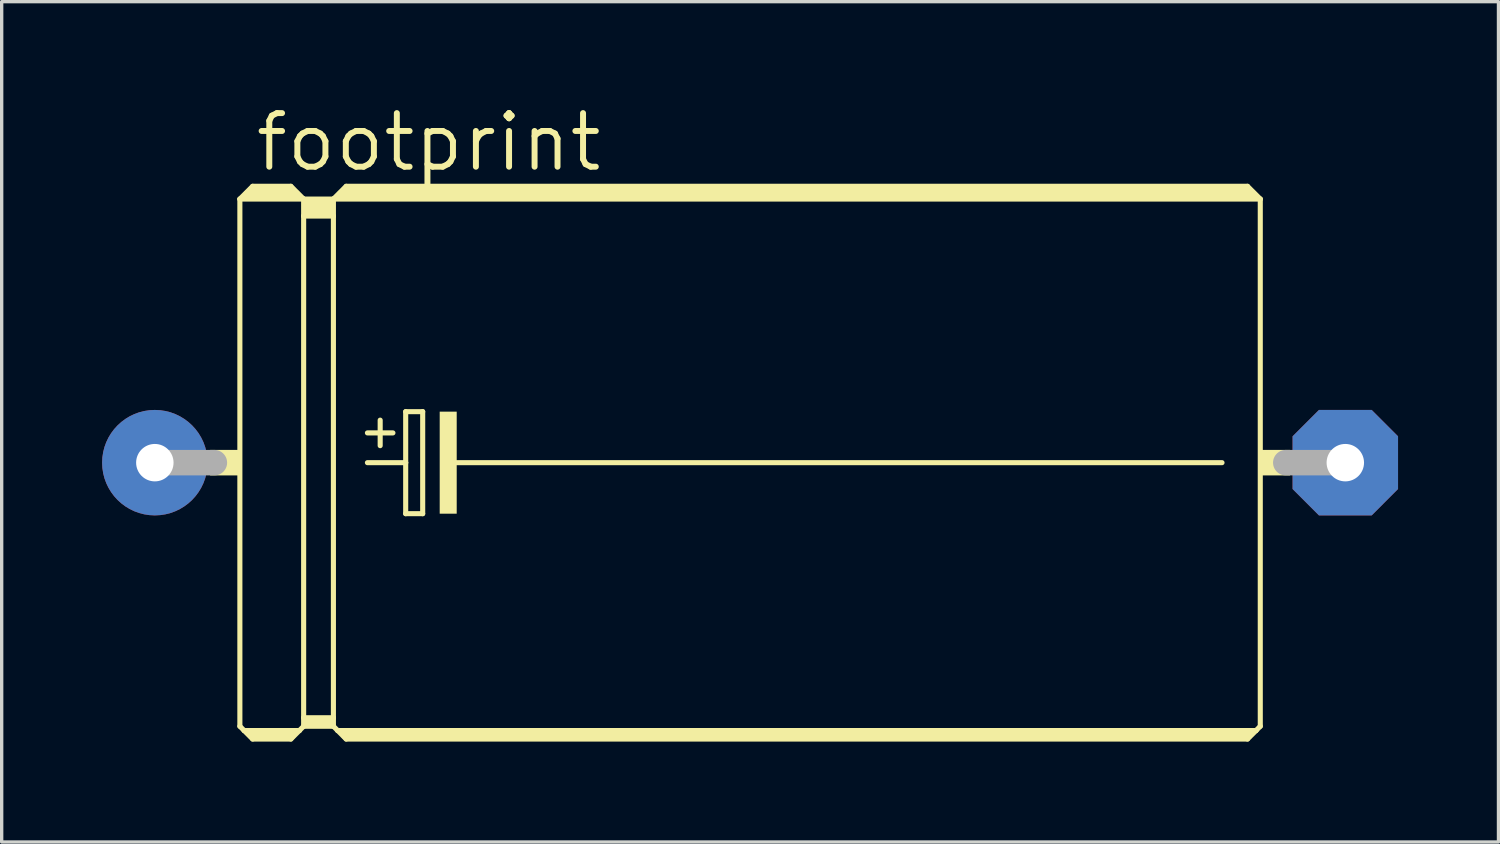
<source format=kicad_pcb>
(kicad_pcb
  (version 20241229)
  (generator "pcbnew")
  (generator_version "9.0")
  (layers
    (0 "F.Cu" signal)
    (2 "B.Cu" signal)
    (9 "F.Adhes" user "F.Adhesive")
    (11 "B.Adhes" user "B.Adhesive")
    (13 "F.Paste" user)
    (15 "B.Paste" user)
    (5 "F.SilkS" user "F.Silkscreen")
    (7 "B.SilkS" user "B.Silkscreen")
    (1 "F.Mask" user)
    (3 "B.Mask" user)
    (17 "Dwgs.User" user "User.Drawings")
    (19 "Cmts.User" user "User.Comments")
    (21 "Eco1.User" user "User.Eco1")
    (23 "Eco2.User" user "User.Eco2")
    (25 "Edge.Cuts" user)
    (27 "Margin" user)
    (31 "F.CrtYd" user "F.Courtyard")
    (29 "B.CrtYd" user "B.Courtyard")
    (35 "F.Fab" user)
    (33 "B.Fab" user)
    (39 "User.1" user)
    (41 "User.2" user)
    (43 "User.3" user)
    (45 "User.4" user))
  (footprint "footprint"
    (layer "F.Cu")
    (at 19.355 10.77)
    (property "Reference" "footprint" (at -14.859 -8.636 0) (layer "F.SilkS") (effects (font (size 1.6 1.6) (thickness 0.178)) (justify left bottom)))
    (fp_line (start -15.24 -7.874) (end -15.24 7.874) (stroke (width 0.152) (type solid)) (layer "F.SilkS"))
    (fp_line (start -15.24 -7.874) (end -14.859 -8.255) (stroke (width 0.152) (type solid)) (layer "F.SilkS"))
    (fp_line (start -15.24 -7.874) (end -13.335 -7.874) (stroke (width 0.152) (type solid)) (layer "F.SilkS"))
    (fp_line (start -15.24 7.874) (end -15.113 8.001) (stroke (width 0.152) (type solid)) (layer "F.SilkS"))
    (fp_line (start -15.113 8.001) (end -14.859 8.255) (stroke (width 0.152) (type solid)) (layer "F.SilkS"))
    (fp_line (start -15.113 8.001) (end -13.462 8.001) (stroke (width 0.152) (type solid)) (layer "F.SilkS"))
    (fp_line (start -14.986 -8.001) (end -13.589 -8.001) (stroke (width 0.305) (type solid)) (layer "F.SilkS"))
    (fp_line (start -14.859 -8.255) (end -13.716 -8.255) (stroke (width 0.152) (type solid)) (layer "F.SilkS"))
    (fp_line (start -14.859 -8.128) (end -13.716 -8.128) (stroke (width 0.305) (type solid)) (layer "F.SilkS"))
    (fp_line (start -14.859 8.128) (end -13.716 8.128) (stroke (width 0.305) (type solid)) (layer "F.SilkS"))
    (fp_line (start -14.859 8.255) (end -13.716 8.255) (stroke (width 0.152) (type solid)) (layer "F.SilkS"))
    (fp_line (start -13.462 8.001) (end -13.716 8.255) (stroke (width 0.152) (type solid)) (layer "F.SilkS"))
    (fp_line (start -13.335 -7.874) (end -13.716 -8.255) (stroke (width 0.152) (type solid)) (layer "F.SilkS"))
    (fp_line (start -13.335 -7.874) (end -13.335 -7.366) (stroke (width 0.152) (type solid)) (layer "F.SilkS"))
    (fp_line (start -13.335 -7.874) (end -12.446 -7.874) (stroke (width 0.152) (type solid)) (layer "F.SilkS"))
    (fp_line (start -13.335 -7.366) (end -13.335 7.62) (stroke (width 0.152) (type solid)) (layer "F.SilkS"))
    (fp_line (start -13.335 -7.366) (end -12.446 -7.366) (stroke (width 0.152) (type solid)) (layer "F.SilkS"))
    (fp_line (start -13.335 7.62) (end -13.335 7.874) (stroke (width 0.152) (type solid)) (layer "F.SilkS"))
    (fp_line (start -13.335 7.62) (end -12.446 7.62) (stroke (width 0.152) (type solid)) (layer "F.SilkS"))
    (fp_line (start -13.335 7.874) (end -13.462 8.001) (stroke (width 0.152) (type solid)) (layer "F.SilkS"))
    (fp_line (start -13.335 7.874) (end -12.446 7.874) (stroke (width 0.152) (type solid)) (layer "F.SilkS"))
    (fp_line (start -13.208 -7.747) (end -12.573 -7.747) (stroke (width 0.305) (type solid)) (layer "F.SilkS"))
    (fp_line (start -13.208 -7.493) (end -12.573 -7.493) (stroke (width 0.305) (type solid)) (layer "F.SilkS"))
    (fp_line (start -13.208 7.747) (end -12.573 7.747) (stroke (width 0.305) (type solid)) (layer "F.SilkS"))
    (fp_line (start -12.446 -7.874) (end -12.446 -7.366) (stroke (width 0.152) (type solid)) (layer "F.SilkS"))
    (fp_line (start -12.446 -7.874) (end -12.065 -8.255) (stroke (width 0.152) (type solid)) (layer "F.SilkS"))
    (fp_line (start -12.446 -7.874) (end 15.24 -7.874) (stroke (width 0.152) (type solid)) (layer "F.SilkS"))
    (fp_line (start -12.446 -7.366) (end -12.446 7.62) (stroke (width 0.152) (type solid)) (layer "F.SilkS"))
    (fp_line (start -12.446 7.62) (end -12.446 7.874) (stroke (width 0.152) (type solid)) (layer "F.SilkS"))
    (fp_line (start -12.319 8.001) (end -12.446 7.874) (stroke (width 0.152) (type solid)) (layer "F.SilkS"))
    (fp_line (start -12.319 8.001) (end 15.113 8.001) (stroke (width 0.152) (type solid)) (layer "F.SilkS"))
    (fp_line (start -12.192 -8.001) (end 14.986 -8.001) (stroke (width 0.305) (type solid)) (layer "F.SilkS"))
    (fp_line (start -12.065 -8.128) (end 14.859 -8.128) (stroke (width 0.305) (type solid)) (layer "F.SilkS"))
    (fp_line (start -12.065 8.128) (end 14.859 8.128) (stroke (width 0.305) (type solid)) (layer "F.SilkS"))
    (fp_line (start -12.065 8.255) (end -12.319 8.001) (stroke (width 0.152) (type solid)) (layer "F.SilkS"))
    (fp_line (start -11.43 -0.889) (end -10.668 -0.889) (stroke (width 0.152) (type solid)) (layer "F.SilkS"))
    (fp_line (start -11.43 0) (end -10.287 0) (stroke (width 0.152) (type solid)) (layer "F.SilkS"))
    (fp_line (start -11.049 -1.27) (end -11.049 -0.508) (stroke (width 0.152) (type solid)) (layer "F.SilkS"))
    (fp_line (start -10.287 -1.524) (end -10.287 0) (stroke (width 0.152) (type solid)) (layer "F.SilkS"))
    (fp_line (start -10.287 0) (end -10.287 1.524) (stroke (width 0.152) (type solid)) (layer "F.SilkS"))
    (fp_line (start -10.287 1.524) (end -9.779 1.524) (stroke (width 0.152) (type solid)) (layer "F.SilkS"))
    (fp_line (start -9.779 -1.524) (end -10.287 -1.524) (stroke (width 0.152) (type solid)) (layer "F.SilkS"))
    (fp_line (start -9.779 1.524) (end -9.779 -1.524) (stroke (width 0.152) (type solid)) (layer "F.SilkS"))
    (fp_line (start -8.89 0) (end 14.097 0) (stroke (width 0.152) (type solid)) (layer "F.SilkS"))
    (fp_line (start 14.859 -8.255) (end -12.065 -8.255) (stroke (width 0.152) (type solid)) (layer "F.SilkS"))
    (fp_line (start 14.859 8.255) (end -12.065 8.255) (stroke (width 0.152) (type solid)) (layer "F.SilkS"))
    (fp_line (start 15.113 8.001) (end 14.859 8.255) (stroke (width 0.152) (type solid)) (layer "F.SilkS"))
    (fp_line (start 15.24 -7.874) (end 14.859 -8.255) (stroke (width 0.152) (type solid)) (layer "F.SilkS"))
    (fp_line (start 15.24 -7.874) (end 15.24 7.874) (stroke (width 0.152) (type solid)) (layer "F.SilkS"))
    (fp_line (start 15.24 7.874) (end 15.113 8.001) (stroke (width 0.152) (type solid)) (layer "F.SilkS"))
    (fp_poly (pts (xy -16.129 0.381) (xy -15.24 0.381) (xy -15.24 -0.381) (xy -16.129 -0.381)) (stroke (width 0) (type solid)) (fill yes) (layer "F.SilkS"))
    (fp_poly (pts (xy -9.271 1.524) (xy -8.763 1.524) (xy -8.763 -1.524) (xy -9.271 -1.524)) (stroke (width 0) (type solid)) (fill yes) (layer "F.SilkS"))
    (fp_poly (pts (xy 15.24 0.381) (xy 16.129 0.381) (xy 16.129 -0.381) (xy 15.24 -0.381)) (stroke (width 0) (type solid)) (fill yes) (layer "F.SilkS"))
    (fp_line (start -17.78 0) (end -16.002 0) (stroke (width 0.762) (type solid)) (layer "F.Fab"))
    (fp_line (start 17.78 0) (end 16.002 0) (stroke (width 0.762) (type solid)) (layer "F.Fab"))
    (pad "+" thru_hole circle (at -17.78 0) (size 3.15 3.15) (drill 1.118) (layers "*.Cu" "*.Mask"))
    (pad "-" thru_hole roundrect (at 17.78 0) (size 3.15 3.15) (drill 1.118) (layers "*.Cu" "*.Mask") (roundrect_rratio 0.25) (chamfer_ratio 0.25) (chamfer top_left top_right bottom_left bottom_right)))
  (gr_rect
    (start -3 -3)
    (end 41.71 22.101)
    (stroke (width 0.1) (type default))
    (fill no)
    (layer "Edge.Cuts")))
</source>
